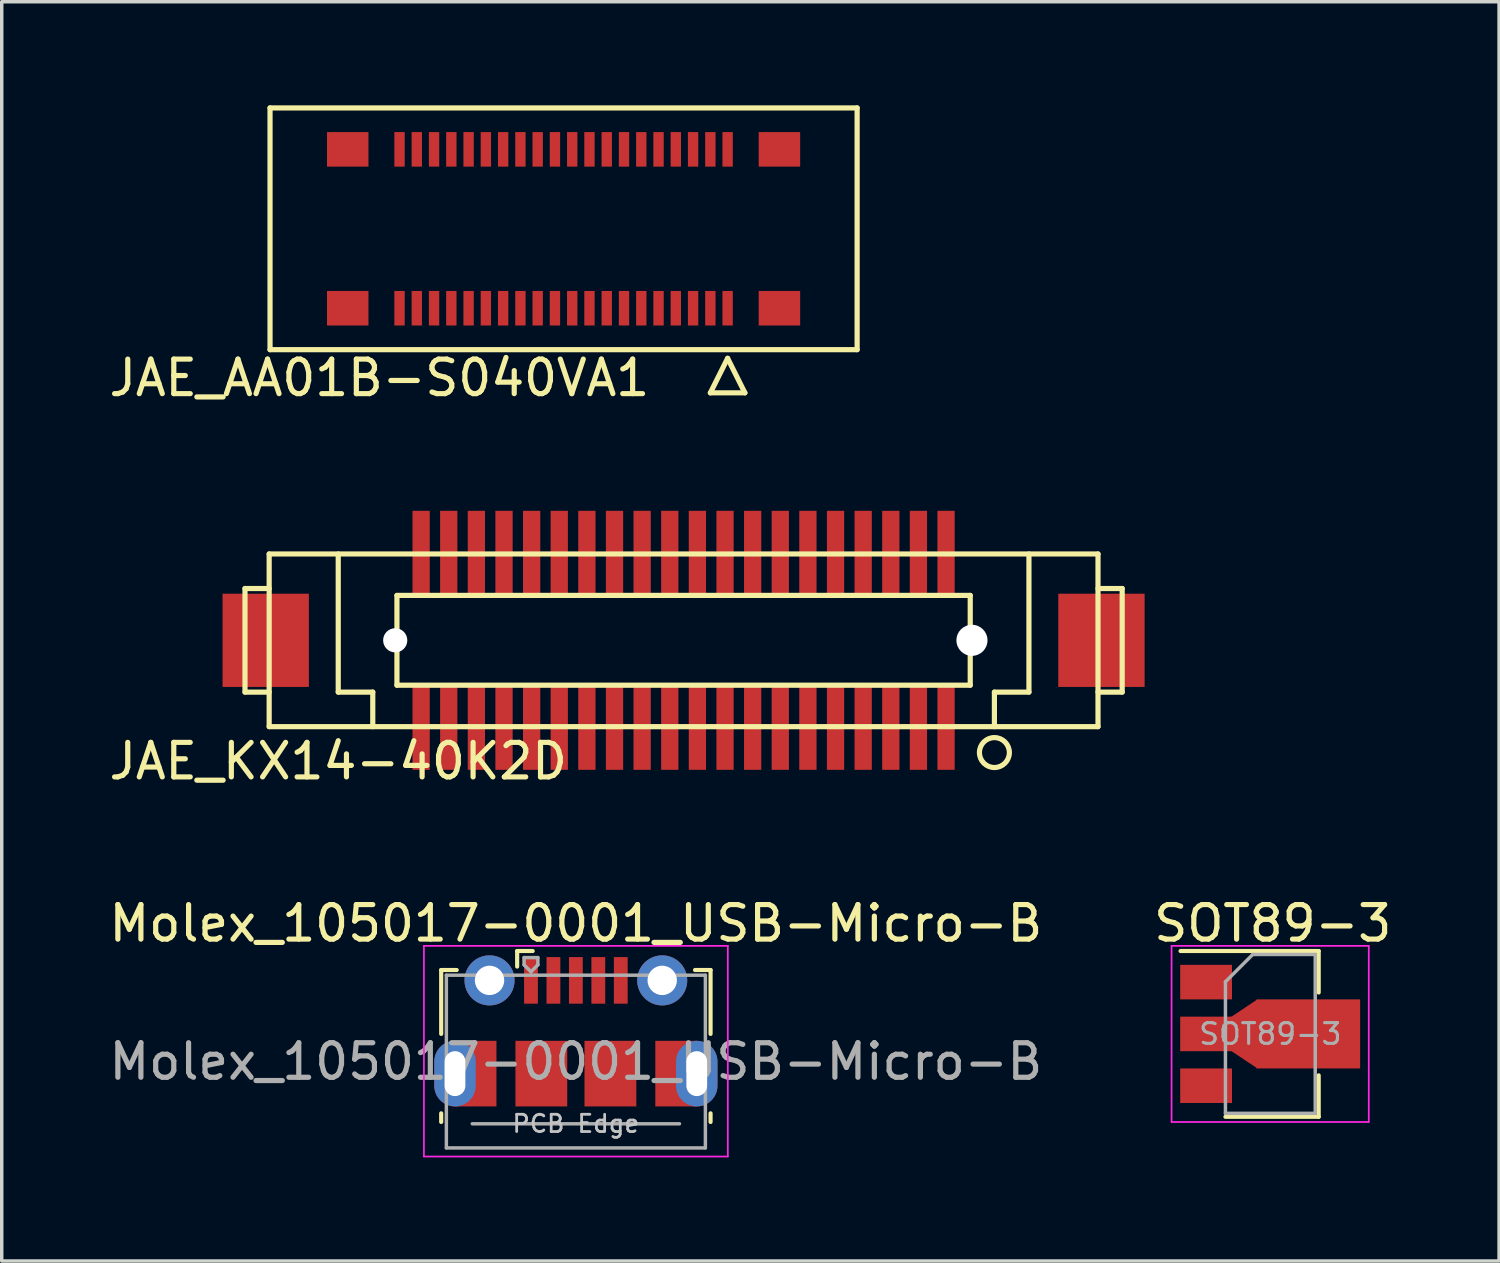
<source format=kicad_pcb>
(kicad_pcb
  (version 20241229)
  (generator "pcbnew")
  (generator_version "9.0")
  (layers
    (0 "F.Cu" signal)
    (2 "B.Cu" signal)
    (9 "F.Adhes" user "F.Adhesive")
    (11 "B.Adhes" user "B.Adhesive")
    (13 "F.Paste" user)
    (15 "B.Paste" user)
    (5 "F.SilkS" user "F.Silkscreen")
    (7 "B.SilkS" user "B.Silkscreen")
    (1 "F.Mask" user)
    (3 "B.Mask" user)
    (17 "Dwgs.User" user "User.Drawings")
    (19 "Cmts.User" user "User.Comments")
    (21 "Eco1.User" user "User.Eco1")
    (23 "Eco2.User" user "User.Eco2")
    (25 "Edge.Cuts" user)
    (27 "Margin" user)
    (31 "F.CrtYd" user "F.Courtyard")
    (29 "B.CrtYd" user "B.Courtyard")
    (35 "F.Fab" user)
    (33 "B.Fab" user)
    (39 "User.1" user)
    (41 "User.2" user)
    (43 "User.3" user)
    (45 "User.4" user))
  (footprint "JAE_AA01B-S040VA1"
    (layer "F.Cu")
    (at 13.269 3.575)
    (property "Reference" "JAE_AA01B-S040VA1" (at -5.334 4.318 0) (layer "F.SilkS") (effects (font (size 1 1) (thickness 0.15))))
    (attr smd)
    (fp_line (start -8.5 -3.5) (end 8.5 -3.5) (stroke (width 0.15) (type solid)) (layer "F.SilkS"))
    (fp_line (start -8.5 3.5) (end -8.5 -3.5) (stroke (width 0.15) (type solid)) (layer "F.SilkS"))
    (fp_line (start 4.25 4.75) (end 5.25 4.75) (stroke (width 0.15) (type solid)) (layer "F.SilkS"))
    (fp_line (start 4.75 3.75) (end 4.25 4.75) (stroke (width 0.15) (type solid)) (layer "F.SilkS"))
    (fp_line (start 5.25 4.75) (end 4.75 3.75) (stroke (width 0.15) (type solid)) (layer "F.SilkS"))
    (fp_line (start 8.5 -3.5) (end 8.5 3.5) (stroke (width 0.15) (type solid)) (layer "F.SilkS"))
    (fp_line (start 8.5 3.5) (end -8.5 3.5) (stroke (width 0.15) (type solid)) (layer "F.SilkS"))
    (pad "1" smd rect (at 4.75 2.3) (size 0.3 1) (layers "F.Cu" "F.Mask" "F.Paste"))
    (pad "2" smd rect (at 4.75 -2.3) (size 0.3 1) (layers "F.Cu" "F.Mask" "F.Paste"))
    (pad "3" smd rect (at 4.25 2.3) (size 0.3 1) (layers "F.Cu" "F.Mask" "F.Paste"))
    (pad "4" smd rect (at 4.25 -2.3) (size 0.3 1) (layers "F.Cu" "F.Mask" "F.Paste"))
    (pad "5" smd rect (at 3.75 2.3) (size 0.3 1) (layers "F.Cu" "F.Mask" "F.Paste"))
    (pad "6" smd rect (at 3.75 -2.3) (size 0.3 1) (layers "F.Cu" "F.Mask" "F.Paste"))
    (pad "7" smd rect (at 3.25 2.3) (size 0.3 1) (layers "F.Cu" "F.Mask" "F.Paste"))
    (pad "8" smd rect (at 3.25 -2.3) (size 0.3 1) (layers "F.Cu" "F.Mask" "F.Paste"))
    (pad "9" smd rect (at 2.75 2.3) (size 0.3 1) (layers "F.Cu" "F.Mask" "F.Paste"))
    (pad "10" smd rect (at 2.75 -2.3) (size 0.3 1) (layers "F.Cu" "F.Mask" "F.Paste"))
    (pad "11" smd rect (at 2.25 2.3) (size 0.3 1) (layers "F.Cu" "F.Mask" "F.Paste"))
    (pad "12" smd rect (at 2.25 -2.3) (size 0.3 1) (layers "F.Cu" "F.Mask" "F.Paste"))
    (pad "13" smd rect (at 1.75 2.3) (size 0.3 1) (layers "F.Cu" "F.Mask" "F.Paste"))
    (pad "14" smd rect (at 1.75 -2.3) (size 0.3 1) (layers "F.Cu" "F.Mask" "F.Paste"))
    (pad "15" smd rect (at 1.25 2.3) (size 0.3 1) (layers "F.Cu" "F.Mask" "F.Paste"))
    (pad "16" smd rect (at 1.25 -2.3) (size 0.3 1) (layers "F.Cu" "F.Mask" "F.Paste"))
    (pad "17" smd rect (at 0.75 2.3) (size 0.3 1) (layers "F.Cu" "F.Mask" "F.Paste"))
    (pad "18" smd rect (at 0.75 -2.3) (size 0.3 1) (layers "F.Cu" "F.Mask" "F.Paste"))
    (pad "19" smd rect (at 0.25 2.3) (size 0.3 1) (layers "F.Cu" "F.Mask" "F.Paste"))
    (pad "20" smd rect (at 0.25 -2.3) (size 0.3 1) (layers "F.Cu" "F.Mask" "F.Paste"))
    (pad "21" smd rect (at -0.25 2.3) (size 0.3 1) (layers "F.Cu" "F.Mask" "F.Paste"))
    (pad "22" smd rect (at -0.25 -2.3) (size 0.3 1) (layers "F.Cu" "F.Mask" "F.Paste"))
    (pad "23" smd rect (at -0.75 2.3) (size 0.3 1) (layers "F.Cu" "F.Mask" "F.Paste"))
    (pad "24" smd rect (at -0.75 -2.3) (size 0.3 1) (layers "F.Cu" "F.Mask" "F.Paste"))
    (pad "25" smd rect (at -1.25 2.3) (size 0.3 1) (layers "F.Cu" "F.Mask" "F.Paste"))
    (pad "26" smd rect (at -1.25 -2.3) (size 0.3 1) (layers "F.Cu" "F.Mask" "F.Paste"))
    (pad "27" smd rect (at -1.75 2.3) (size 0.3 1) (layers "F.Cu" "F.Mask" "F.Paste"))
    (pad "28" smd rect (at -1.75 -2.3) (size 0.3 1) (layers "F.Cu" "F.Mask" "F.Paste"))
    (pad "29" smd rect (at -2.25 2.3) (size 0.3 1) (layers "F.Cu" "F.Mask" "F.Paste"))
    (pad "30" smd rect (at -2.25 -2.3) (size 0.3 1) (layers "F.Cu" "F.Mask" "F.Paste"))
    (pad "31" smd rect (at -2.75 2.3) (size 0.3 1) (layers "F.Cu" "F.Mask" "F.Paste"))
    (pad "32" smd rect (at -2.75 -2.3) (size 0.3 1) (layers "F.Cu" "F.Mask" "F.Paste"))
    (pad "33" smd rect (at -3.25 2.3) (size 0.3 1) (layers "F.Cu" "F.Mask" "F.Paste"))
    (pad "34" smd rect (at -3.25 -2.3) (size 0.3 1) (layers "F.Cu" "F.Mask" "F.Paste"))
    (pad "35" smd rect (at -3.75 2.3) (size 0.3 1) (layers "F.Cu" "F.Mask" "F.Paste"))
    (pad "36" smd rect (at -3.75 -2.3) (size 0.3 1) (layers "F.Cu" "F.Mask" "F.Paste"))
    (pad "37" smd rect (at -4.25 2.3) (size 0.3 1) (layers "F.Cu" "F.Mask" "F.Paste"))
    (pad "38" smd rect (at -4.25 -2.3) (size 0.3 1) (layers "F.Cu" "F.Mask" "F.Paste"))
    (pad "39" smd rect (at -4.75 2.3) (size 0.3 1) (layers "F.Cu" "F.Mask" "F.Paste"))
    (pad "40" smd rect (at -4.75 -2.3) (size 0.3 1) (layers "F.Cu" "F.Mask" "F.Paste"))
    (pad "41" smd rect (at 6.25 2.3) (size 1.2 1) (layers "F.Cu" "F.Mask" "F.Paste"))
    (pad "42" smd rect (at 6.25 -2.3) (size 1.2 1) (layers "F.Cu" "F.Mask" "F.Paste"))
    (pad "43" smd rect (at -6.25 2.3) (size 1.2 1) (layers "F.Cu" "F.Mask" "F.Paste"))
    (pad "44" smd rect (at -6.25 -2.3) (size 1.2 1) (layers "F.Cu" "F.Mask" "F.Paste")))
  (footprint "SOT89-3"
    (layer "F.Cu")
    (at 33.354 26.888)
    (property "Reference" "SOT89-3" (at 0.45 -3.2 0) (layer "F.SilkS") (effects (font (size 1 1) (thickness 0.15))))
    (attr smd)
    (fp_line (start -2.22 -2.4) (end 1.78 -2.4) (stroke (width 0.12) (type solid)) (layer "F.SilkS"))
    (fp_line (start 1.78 -2.4) (end 1.78 -1.2) (stroke (width 0.12) (type solid)) (layer "F.SilkS"))
    (fp_line (start 1.78 1.2) (end 1.78 2.4) (stroke (width 0.12) (type solid)) (layer "F.SilkS"))
    (fp_line (start 1.78 2.4) (end -0.92 2.4) (stroke (width 0.12) (type solid)) (layer "F.SilkS"))
    (fp_line (start -2.48 2.55) (end -2.48 -2.55) (stroke (width 0.05) (type solid)) (layer "F.CrtYd"))
    (fp_line (start -2.48 2.55) (end 3.23 2.55) (stroke (width 0.05) (type solid)) (layer "F.CrtYd"))
    (fp_line (start 3.23 -2.55) (end -2.48 -2.55) (stroke (width 0.05) (type solid)) (layer "F.CrtYd"))
    (fp_line (start 3.23 -2.55) (end 3.23 2.55) (stroke (width 0.05) (type solid)) (layer "F.CrtYd"))
    (fp_line (start -0.92 -1.51) (end -0.13 -2.3) (stroke (width 0.1) (type solid)) (layer "F.Fab"))
    (fp_line (start -0.92 2.3) (end -0.92 -1.51) (stroke (width 0.1) (type solid)) (layer "F.Fab"))
    (fp_line (start -0.13 -2.3) (end 1.68 -2.3) (stroke (width 0.1) (type solid)) (layer "F.Fab"))
    (fp_line (start 1.68 -2.3) (end 1.68 2.3) (stroke (width 0.1) (type solid)) (layer "F.Fab"))
    (fp_line (start 1.68 2.3) (end -0.92 2.3) (stroke (width 0.1) (type solid)) (layer "F.Fab"))
    (fp_text user "${REFERENCE}" (at 0.38 0 0) (layer "F.Fab") (effects (font (size 0.6 0.6) (thickness 0.09))))
    (pad "1" smd rect (at -1.48 -1.5 270) (size 1 1.5) (layers "F.Cu" "F.Mask" "F.Paste"))
    (pad "2" smd rect (at -1.48 0 270) (size 1 1.5) (layers "F.Cu" "F.Mask" "F.Paste"))
    (pad "2" smd trapezoid (at -0.37 0 90) (size 1.5 0.75) (rect_delta 0 0.5) (layers "F.Cu" "F.Mask" "F.Paste"))
    (pad "2" smd rect (at 1.48 0 270) (size 2 3) (layers "F.Cu" "F.Mask" "F.Paste"))
    (pad "3" smd rect (at -1.48 1.5 270) (size 1 1.5) (layers "F.Cu" "F.Mask" "F.Paste")))
  (footprint "Molex_105017-0001_USB-Micro-B"
    (layer "F.Cu")
    (at 13.625 27.688)
    (property "Reference" "Molex_105017-0001_USB-Micro-B" (at 0 -4 0) (layer "F.SilkS") (effects (font (size 1 1) (thickness 0.15))))
    (attr smd)
    (fp_line (start -3.9 -2.65) (end -3.45 -2.65) (stroke (width 0.12) (type solid)) (layer "F.SilkS"))
    (fp_line (start -3.9 -0.8) (end -3.9 -2.65) (stroke (width 0.12) (type solid)) (layer "F.SilkS"))
    (fp_line (start -3.9 1.75) (end -3.9 1.5) (stroke (width 0.12) (type solid)) (layer "F.SilkS"))
    (fp_line (start -1.7 -3.2) (end -1.7 -2.75) (stroke (width 0.12) (type solid)) (layer "F.SilkS"))
    (fp_line (start -1.7 -3.2) (end -1.25 -3.2) (stroke (width 0.12) (type solid)) (layer "F.SilkS"))
    (fp_line (start 3.9 -2.65) (end 3.45 -2.65) (stroke (width 0.12) (type solid)) (layer "F.SilkS"))
    (fp_line (start 3.9 -0.8) (end 3.9 -2.65) (stroke (width 0.12) (type solid)) (layer "F.SilkS"))
    (fp_line (start 3.9 1.75) (end 3.9 1.5) (stroke (width 0.12) (type solid)) (layer "F.SilkS"))
    (fp_line (start -4.4 -3.35) (end 4.4 -3.35) (stroke (width 0.05) (type solid)) (layer "F.CrtYd"))
    (fp_line (start -4.4 2.75) (end -4.4 -3.35) (stroke (width 0.05) (type solid)) (layer "F.CrtYd"))
    (fp_line (start -4.4 2.75) (end 4.4 2.75) (stroke (width 0.05) (type solid)) (layer "F.CrtYd"))
    (fp_line (start 4.4 -3.35) (end 4.4 2.75) (stroke (width 0.05) (type solid)) (layer "F.CrtYd"))
    (fp_line (start -3.75 -2.5) (end 3.75 -2.5) (stroke (width 0.1) (type solid)) (layer "F.Fab"))
    (fp_line (start -3.75 2.5) (end -3.75 -2.5) (stroke (width 0.1) (type solid)) (layer "F.Fab"))
    (fp_line (start -3.75 2.502) (end 3.75 2.502) (stroke (width 0.1) (type solid)) (layer "F.Fab"))
    (fp_line (start -3 1.802) (end 3 1.802) (stroke (width 0.1) (type solid)) (layer "F.Fab"))
    (fp_line (start -1.5 -3.01) (end -1.5 -2.8) (stroke (width 0.1) (type solid)) (layer "F.Fab"))
    (fp_line (start -1.5 -3.01) (end -1.1 -3.01) (stroke (width 0.1) (type solid)) (layer "F.Fab"))
    (fp_line (start -1.3 -2.6) (end -1.5 -2.8) (stroke (width 0.1) (type solid)) (layer "F.Fab"))
    (fp_line (start -1.1 -3.01) (end -1.1 -2.8) (stroke (width 0.1) (type solid)) (layer "F.Fab"))
    (fp_line (start -1.1 -2.8) (end -1.3 -2.6) (stroke (width 0.1) (type solid)) (layer "F.Fab"))
    (fp_line (start 3.75 2.5) (end 3.75 -2.5) (stroke (width 0.1) (type solid)) (layer "F.Fab"))
    (fp_text user "PCB Edge" (at 0 1.8 0) (layer "Dwgs.User") (effects (font (size 0.5 0.5) (thickness 0.08))))
    (fp_text user "${REFERENCE}" (at 0 0 0) (layer "F.Fab") (effects (font (size 1 1) (thickness 0.15))))
    (pad "1" smd rect (at -1.3 -2.35) (size 0.4 1.35) (layers "F.Cu" "F.Mask" "F.Paste"))
    (pad "2" smd rect (at -0.65 -2.35) (size 0.4 1.35) (layers "F.Cu" "F.Mask" "F.Paste"))
    (pad "3" smd rect (at 0 -2.35) (size 0.4 1.35) (layers "F.Cu" "F.Mask" "F.Paste"))
    (pad "4" smd rect (at 0.65 -2.35) (size 0.4 1.35) (layers "F.Cu" "F.Mask" "F.Paste"))
    (pad "5" smd rect (at 1.3 -2.35) (size 0.4 1.35) (layers "F.Cu" "F.Mask" "F.Paste"))
    (pad "6" thru_hole oval (at -3.5 0.35 180) (size 1.2 1.9) (drill oval 0.6 1.3) (layers "*.Cu" "*.Mask"))
    (pad "6" smd rect (at -2.9 0.35) (size 1.2 1.9) (layers "F.Cu" "F.Mask"))
    (pad "6" thru_hole circle (at -2.5 -2.35) (size 1.45 1.45) (drill 0.85) (layers "*.Cu" "*.Mask"))
    (pad "6" smd rect (at -1 0.35) (size 1.5 1.9) (layers "F.Cu" "F.Mask" "F.Paste"))
    (pad "6" smd rect (at 1 0.35) (size 1.5 1.9) (layers "F.Cu" "F.Mask" "F.Paste"))
    (pad "6" thru_hole circle (at 2.5 -2.35) (size 1.45 1.45) (drill 0.85) (layers "*.Cu" "*.Mask"))
    (pad "6" smd rect (at 2.9 0.35) (size 1.2 1.9) (layers "F.Cu" "F.Mask"))
    (pad "6" thru_hole oval (at 3.5 0.35) (size 1.2 1.9) (drill oval 0.6 1.3) (layers "*.Cu" "*.Mask")))
  (footprint "JAE_KX14-40K2D"
    (layer "F.Cu")
    (at 16.744 15.491)
    (property "Reference" "JAE_KX14-40K2D" (at -10 3.5 0) (layer "F.SilkS") (effects (font (size 1 1) (thickness 0.15))))
    (attr smd)
    (fp_line (start -12.7 -1.5) (end -12.7 1.5) (stroke (width 0.15) (type solid)) (layer "F.SilkS"))
    (fp_line (start -12.7 1.5) (end -12 1.5) (stroke (width 0.15) (type solid)) (layer "F.SilkS"))
    (fp_line (start -12 -2.5) (end 12 -2.5) (stroke (width 0.15) (type solid)) (layer "F.SilkS"))
    (fp_line (start -12 -1.5) (end -12.7 -1.5) (stroke (width 0.15) (type solid)) (layer "F.SilkS"))
    (fp_line (start -12 2.5) (end -12 -2.5) (stroke (width 0.15) (type solid)) (layer "F.SilkS"))
    (fp_line (start -10 -2.5) (end -10 1.5) (stroke (width 0.15) (type solid)) (layer "F.SilkS"))
    (fp_line (start -10 1.5) (end -9 1.5) (stroke (width 0.15) (type solid)) (layer "F.SilkS"))
    (fp_line (start -9 1.5) (end -9 2.5) (stroke (width 0.15) (type solid)) (layer "F.SilkS"))
    (fp_line (start -8.3 -1.3) (end 8.3 -1.3) (stroke (width 0.15) (type solid)) (layer "F.SilkS"))
    (fp_line (start -8.3 1.3) (end -8.3 -1.3) (stroke (width 0.15) (type solid)) (layer "F.SilkS"))
    (fp_line (start 8.3 -1.3) (end 8.3 1.3) (stroke (width 0.15) (type solid)) (layer "F.SilkS"))
    (fp_line (start 8.3 1.3) (end -8.3 1.3) (stroke (width 0.15) (type solid)) (layer "F.SilkS"))
    (fp_line (start 9 1.5) (end 9 2.5) (stroke (width 0.15) (type solid)) (layer "F.SilkS"))
    (fp_line (start 10 -2.5) (end 10 1.5) (stroke (width 0.15) (type solid)) (layer "F.SilkS"))
    (fp_line (start 10 1.5) (end 9 1.5) (stroke (width 0.15) (type solid)) (layer "F.SilkS"))
    (fp_line (start 12 -2.5) (end 12 2.5) (stroke (width 0.15) (type solid)) (layer "F.SilkS"))
    (fp_line (start 12 -1.5) (end 12.7 -1.5) (stroke (width 0.15) (type solid)) (layer "F.SilkS"))
    (fp_line (start 12 2.5) (end -12 2.5) (stroke (width 0.15) (type solid)) (layer "F.SilkS"))
    (fp_line (start 12.7 -1.5) (end 12.7 1.5) (stroke (width 0.15) (type solid)) (layer "F.SilkS"))
    (fp_line (start 12.7 1.5) (end 12 1.5) (stroke (width 0.15) (type solid)) (layer "F.SilkS"))
    (fp_circle (center 9 3.25) (end 9.25 2.896) (stroke (width 0.15) (type solid)) (fill no) (layer "F.SilkS"))
    (pad "" np_thru_hole circle (at -8.35 0) (size 0.7 0.7) (drill 0.7) (layers "*.Cu" "*.Mask"))
    (pad "" np_thru_hole circle (at 8.35 0) (size 0.9 0.9) (drill 0.9) (layers "*.Cu" "*.Mask"))
    (pad "1" smd rect (at 7.6 2.55) (size 0.5 2.4) (layers "F.Cu" "F.Mask" "F.Paste"))
    (pad "2" smd rect (at 7.6 -2.55) (size 0.5 2.4) (layers "F.Cu" "F.Mask" "F.Paste"))
    (pad "3" smd rect (at 6.8 2.55) (size 0.5 2.4) (layers "F.Cu" "F.Mask" "F.Paste"))
    (pad "4" smd rect (at 6.8 -2.55) (size 0.5 2.4) (layers "F.Cu" "F.Mask" "F.Paste"))
    (pad "5" smd rect (at 6 2.55) (size 0.5 2.4) (layers "F.Cu" "F.Mask" "F.Paste"))
    (pad "6" smd rect (at 6 -2.55) (size 0.5 2.4) (layers "F.Cu" "F.Mask" "F.Paste"))
    (pad "7" smd rect (at 5.2 2.55) (size 0.5 2.4) (layers "F.Cu" "F.Mask" "F.Paste"))
    (pad "8" smd rect (at 5.2 -2.55) (size 0.5 2.4) (layers "F.Cu" "F.Mask" "F.Paste"))
    (pad "9" smd rect (at 4.4 2.55) (size 0.5 2.4) (layers "F.Cu" "F.Mask" "F.Paste"))
    (pad "10" smd rect (at 4.4 -2.55) (size 0.5 2.4) (layers "F.Cu" "F.Mask" "F.Paste"))
    (pad "11" smd rect (at 3.6 2.55) (size 0.5 2.4) (layers "F.Cu" "F.Mask" "F.Paste"))
    (pad "12" smd rect (at 3.6 -2.55) (size 0.5 2.4) (layers "F.Cu" "F.Mask" "F.Paste"))
    (pad "13" smd rect (at 2.8 2.55) (size 0.5 2.4) (layers "F.Cu" "F.Mask" "F.Paste"))
    (pad "14" smd rect (at 2.8 -2.55) (size 0.5 2.4) (layers "F.Cu" "F.Mask" "F.Paste"))
    (pad "15" smd rect (at 2 2.55) (size 0.5 2.4) (layers "F.Cu" "F.Mask" "F.Paste"))
    (pad "16" smd rect (at 2 -2.55) (size 0.5 2.4) (layers "F.Cu" "F.Mask" "F.Paste"))
    (pad "17" smd rect (at 1.2 2.55) (size 0.5 2.4) (layers "F.Cu" "F.Mask" "F.Paste"))
    (pad "18" smd rect (at 1.2 -2.55) (size 0.5 2.4) (layers "F.Cu" "F.Mask" "F.Paste"))
    (pad "19" smd rect (at 0.4 2.55) (size 0.5 2.4) (layers "F.Cu" "F.Mask" "F.Paste"))
    (pad "20" smd rect (at 0.4 -2.55) (size 0.5 2.4) (layers "F.Cu" "F.Mask" "F.Paste"))
    (pad "21" smd rect (at -0.4 2.55) (size 0.5 2.4) (layers "F.Cu" "F.Mask" "F.Paste"))
    (pad "22" smd rect (at -0.4 -2.55) (size 0.5 2.4) (layers "F.Cu" "F.Mask" "F.Paste"))
    (pad "23" smd rect (at -1.2 2.55) (size 0.5 2.4) (layers "F.Cu" "F.Mask" "F.Paste"))
    (pad "24" smd rect (at -1.2 -2.55) (size 0.5 2.4) (layers "F.Cu" "F.Mask" "F.Paste"))
    (pad "25" smd rect (at -2 2.55) (size 0.5 2.4) (layers "F.Cu" "F.Mask" "F.Paste"))
    (pad "26" smd rect (at -2 -2.55) (size 0.5 2.4) (layers "F.Cu" "F.Mask" "F.Paste"))
    (pad "27" smd rect (at -2.8 2.55) (size 0.5 2.4) (layers "F.Cu" "F.Mask" "F.Paste"))
    (pad "28" smd rect (at -2.8 -2.55) (size 0.5 2.4) (layers "F.Cu" "F.Mask" "F.Paste"))
    (pad "29" smd rect (at -3.6 2.55) (size 0.5 2.4) (layers "F.Cu" "F.Mask" "F.Paste"))
    (pad "30" smd rect (at -3.6 -2.55) (size 0.5 2.4) (layers "F.Cu" "F.Mask" "F.Paste"))
    (pad "31" smd rect (at -4.4 2.55) (size 0.5 2.4) (layers "F.Cu" "F.Mask" "F.Paste"))
    (pad "32" smd rect (at -4.4 -2.55) (size 0.5 2.4) (layers "F.Cu" "F.Mask" "F.Paste"))
    (pad "33" smd rect (at -5.2 2.55) (size 0.5 2.4) (layers "F.Cu" "F.Mask" "F.Paste"))
    (pad "34" smd rect (at -5.2 -2.55) (size 0.5 2.4) (layers "F.Cu" "F.Mask" "F.Paste"))
    (pad "35" smd rect (at -6 2.55) (size 0.5 2.4) (layers "F.Cu" "F.Mask" "F.Paste"))
    (pad "36" smd rect (at -6 -2.55) (size 0.5 2.4) (layers "F.Cu" "F.Mask" "F.Paste"))
    (pad "37" smd rect (at -6.8 2.55) (size 0.5 2.4) (layers "F.Cu" "F.Mask" "F.Paste"))
    (pad "38" smd rect (at -6.8 -2.55) (size 0.5 2.4) (layers "F.Cu" "F.Mask" "F.Paste"))
    (pad "39" smd rect (at -7.6 2.55) (size 0.5 2.4) (layers "F.Cu" "F.Mask" "F.Paste"))
    (pad "40" smd rect (at -7.6 -2.55) (size 0.5 2.4) (layers "F.Cu" "F.Mask" "F.Paste"))
    (pad "41" smd rect (at 12.1 0) (size 2.5 2.7) (layers "F.Cu" "F.Mask" "F.Paste"))
    (pad "42" smd rect (at -12.1 0) (size 2.5 2.7) (layers "F.Cu" "F.Mask" "F.Paste")))
  (gr_rect
    (start -3 -3)
    (end 40.357 33.463)
    (stroke (width 0.1) (type default))
    (fill no)
    (layer "Edge.Cuts")))
</source>
